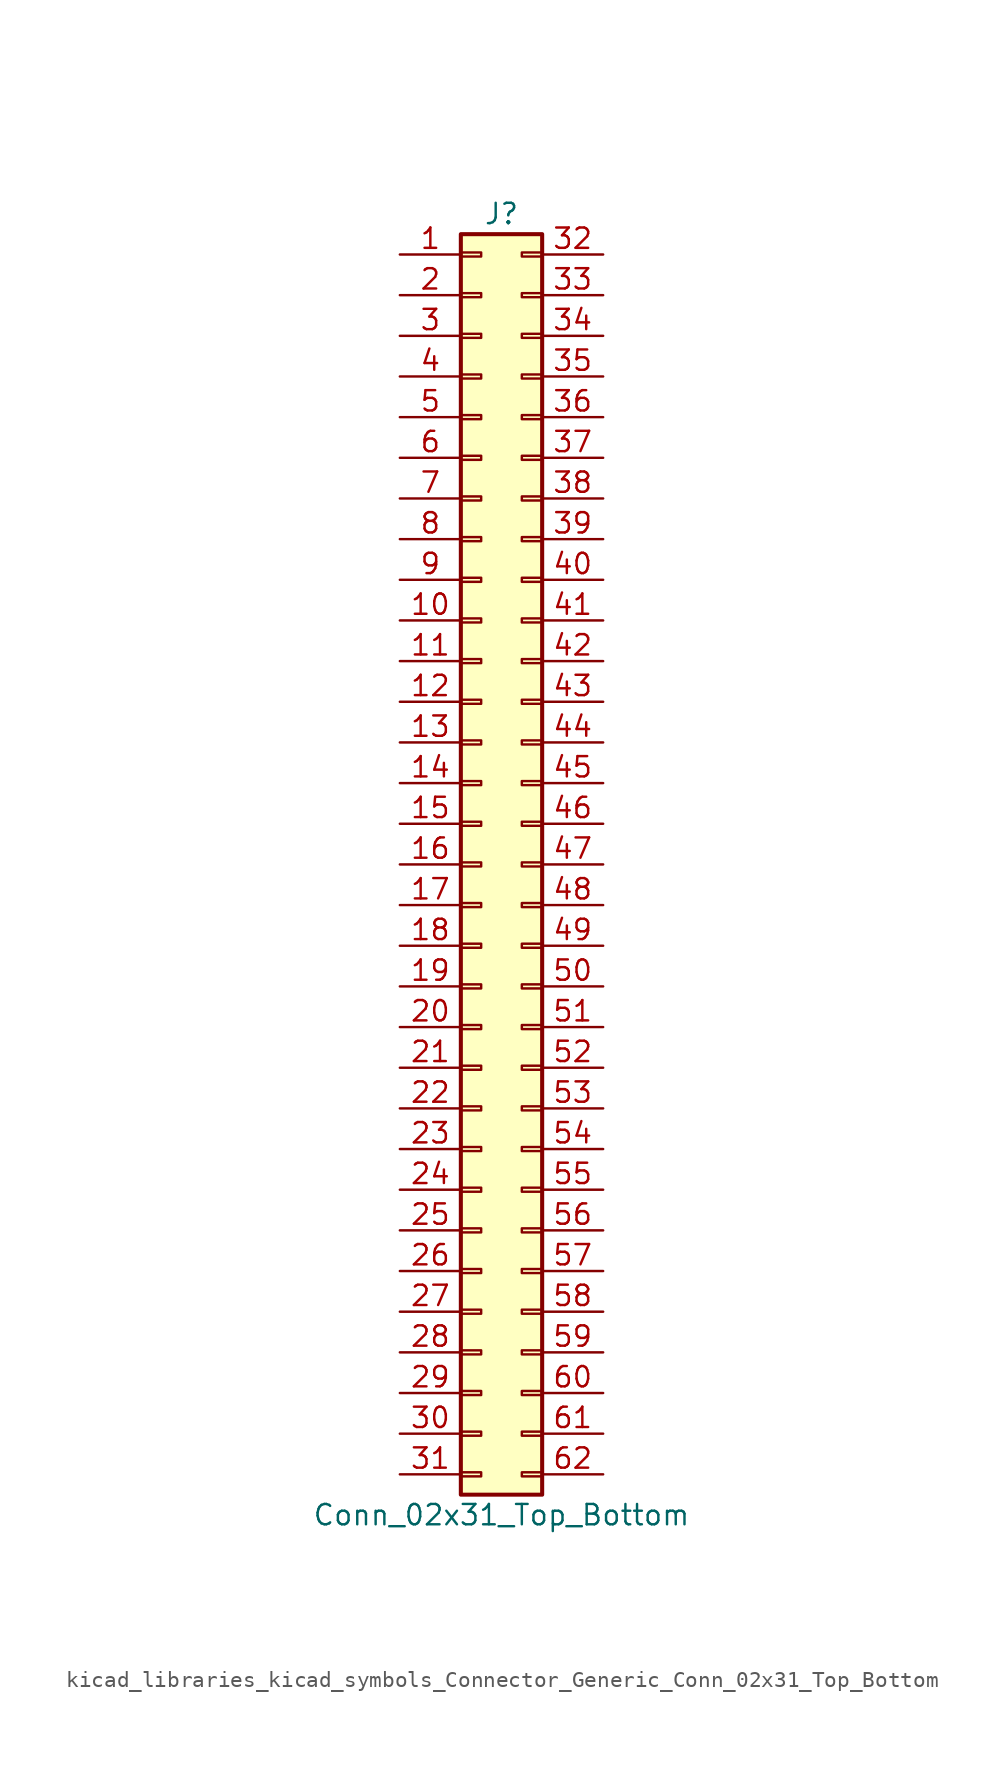
<source format=kicad_sym>
(kicad_symbol_lib
  (version 20220914)
  (generator kicad_symbol_editor)
  (symbol "kicad_libraries_kicad_symbols_Connector_Generic_Conn_02x31_Top_Bottom"
    (pin_names
      (offset 1.016) hide)
    (property "Reference" "J"
      (at 1.27 40.64 0)
      (effects (font (size 1.27 1.27))))
    (property "Value" "Conn_02x31_Top_Bottom"
      (at 1.27 -40.64 0)
      (effects (font (size 1.27 1.27))))
    (symbol "kicad_libraries_kicad_symbols_Connector_Generic_Conn_02x31_Top_Bottom_1_1"
      (rectangle (start -1.27 -37.973) (end 0 -38.227) (stroke (width 0.152) (type default)) (fill (type none)))
      (rectangle (start -1.27 -35.433) (end 0 -35.687) (stroke (width 0.152) (type default)) (fill (type none)))
      (rectangle (start -1.27 -32.893) (end 0 -33.147) (stroke (width 0.152) (type default)) (fill (type none)))
      (rectangle (start -1.27 -30.353) (end 0 -30.607) (stroke (width 0.152) (type default)) (fill (type none)))
      (rectangle (start -1.27 -27.813) (end 0 -28.067) (stroke (width 0.152) (type default)) (fill (type none)))
      (rectangle (start -1.27 -25.273) (end 0 -25.527) (stroke (width 0.152) (type default)) (fill (type none)))
      (rectangle (start -1.27 -22.733) (end 0 -22.987) (stroke (width 0.152) (type default)) (fill (type none)))
      (rectangle (start -1.27 -20.193) (end 0 -20.447) (stroke (width 0.152) (type default)) (fill (type none)))
      (rectangle (start -1.27 -17.653) (end 0 -17.907) (stroke (width 0.152) (type default)) (fill (type none)))
      (rectangle (start -1.27 -15.113) (end 0 -15.367) (stroke (width 0.152) (type default)) (fill (type none)))
      (rectangle (start -1.27 -12.573) (end 0 -12.827) (stroke (width 0.152) (type default)) (fill (type none)))
      (rectangle (start -1.27 -10.033) (end 0 -10.287) (stroke (width 0.152) (type default)) (fill (type none)))
      (rectangle (start -1.27 -7.493) (end 0 -7.747) (stroke (width 0.152) (type default)) (fill (type none)))
      (rectangle (start -1.27 -4.953) (end 0 -5.207) (stroke (width 0.152) (type default)) (fill (type none)))
      (rectangle (start -1.27 -2.413) (end 0 -2.667) (stroke (width 0.152) (type default)) (fill (type none)))
      (rectangle (start -1.27 0.127) (end 0 -0.127) (stroke (width 0.152) (type default)) (fill (type none)))
      (rectangle (start -1.27 2.667) (end 0 2.413) (stroke (width 0.152) (type default)) (fill (type none)))
      (rectangle (start -1.27 5.207) (end 0 4.953) (stroke (width 0.152) (type default)) (fill (type none)))
      (rectangle (start -1.27 7.747) (end 0 7.493) (stroke (width 0.152) (type default)) (fill (type none)))
      (rectangle (start -1.27 10.287) (end 0 10.033) (stroke (width 0.152) (type default)) (fill (type none)))
      (rectangle (start -1.27 12.827) (end 0 12.573) (stroke (width 0.152) (type default)) (fill (type none)))
      (rectangle (start -1.27 15.367) (end 0 15.113) (stroke (width 0.152) (type default)) (fill (type none)))
      (rectangle (start -1.27 17.907) (end 0 17.653) (stroke (width 0.152) (type default)) (fill (type none)))
      (rectangle (start -1.27 20.447) (end 0 20.193) (stroke (width 0.152) (type default)) (fill (type none)))
      (rectangle (start -1.27 22.987) (end 0 22.733) (stroke (width 0.152) (type default)) (fill (type none)))
      (rectangle (start -1.27 25.527) (end 0 25.273) (stroke (width 0.152) (type default)) (fill (type none)))
      (rectangle (start -1.27 28.067) (end 0 27.813) (stroke (width 0.152) (type default)) (fill (type none)))
      (rectangle (start -1.27 30.607) (end 0 30.353) (stroke (width 0.152) (type default)) (fill (type none)))
      (rectangle (start -1.27 33.147) (end 0 32.893) (stroke (width 0.152) (type default)) (fill (type none)))
      (rectangle (start -1.27 35.687) (end 0 35.433) (stroke (width 0.152) (type default)) (fill (type none)))
      (rectangle (start -1.27 38.227) (end 0 37.973) (stroke (width 0.152) (type default)) (fill (type none)))
      (rectangle (start -1.27 39.37) (end 3.81 -39.37) (stroke (width 0.254) (type default)) (fill (type background)))
      (rectangle (start 3.81 -37.973) (end 2.54 -38.227) (stroke (width 0.152) (type default)) (fill (type none)))
      (rectangle (start 3.81 -35.433) (end 2.54 -35.687) (stroke (width 0.152) (type default)) (fill (type none)))
      (rectangle (start 3.81 -32.893) (end 2.54 -33.147) (stroke (width 0.152) (type default)) (fill (type none)))
      (rectangle (start 3.81 -30.353) (end 2.54 -30.607) (stroke (width 0.152) (type default)) (fill (type none)))
      (rectangle (start 3.81 -27.813) (end 2.54 -28.067) (stroke (width 0.152) (type default)) (fill (type none)))
      (rectangle (start 3.81 -25.273) (end 2.54 -25.527) (stroke (width 0.152) (type default)) (fill (type none)))
      (rectangle (start 3.81 -22.733) (end 2.54 -22.987) (stroke (width 0.152) (type default)) (fill (type none)))
      (rectangle (start 3.81 -20.193) (end 2.54 -20.447) (stroke (width 0.152) (type default)) (fill (type none)))
      (rectangle (start 3.81 -17.653) (end 2.54 -17.907) (stroke (width 0.152) (type default)) (fill (type none)))
      (rectangle (start 3.81 -15.113) (end 2.54 -15.367) (stroke (width 0.152) (type default)) (fill (type none)))
      (rectangle (start 3.81 -12.573) (end 2.54 -12.827) (stroke (width 0.152) (type default)) (fill (type none)))
      (rectangle (start 3.81 -10.033) (end 2.54 -10.287) (stroke (width 0.152) (type default)) (fill (type none)))
      (rectangle (start 3.81 -7.493) (end 2.54 -7.747) (stroke (width 0.152) (type default)) (fill (type none)))
      (rectangle (start 3.81 -4.953) (end 2.54 -5.207) (stroke (width 0.152) (type default)) (fill (type none)))
      (rectangle (start 3.81 -2.413) (end 2.54 -2.667) (stroke (width 0.152) (type default)) (fill (type none)))
      (rectangle (start 3.81 0.127) (end 2.54 -0.127) (stroke (width 0.152) (type default)) (fill (type none)))
      (rectangle (start 3.81 2.667) (end 2.54 2.413) (stroke (width 0.152) (type default)) (fill (type none)))
      (rectangle (start 3.81 5.207) (end 2.54 4.953) (stroke (width 0.152) (type default)) (fill (type none)))
      (rectangle (start 3.81 7.747) (end 2.54 7.493) (stroke (width 0.152) (type default)) (fill (type none)))
      (rectangle (start 3.81 10.287) (end 2.54 10.033) (stroke (width 0.152) (type default)) (fill (type none)))
      (rectangle (start 3.81 12.827) (end 2.54 12.573) (stroke (width 0.152) (type default)) (fill (type none)))
      (rectangle (start 3.81 15.367) (end 2.54 15.113) (stroke (width 0.152) (type default)) (fill (type none)))
      (rectangle (start 3.81 17.907) (end 2.54 17.653) (stroke (width 0.152) (type default)) (fill (type none)))
      (rectangle (start 3.81 20.447) (end 2.54 20.193) (stroke (width 0.152) (type default)) (fill (type none)))
      (rectangle (start 3.81 22.987) (end 2.54 22.733) (stroke (width 0.152) (type default)) (fill (type none)))
      (rectangle (start 3.81 25.527) (end 2.54 25.273) (stroke (width 0.152) (type default)) (fill (type none)))
      (rectangle (start 3.81 28.067) (end 2.54 27.813) (stroke (width 0.152) (type default)) (fill (type none)))
      (rectangle (start 3.81 30.607) (end 2.54 30.353) (stroke (width 0.152) (type default)) (fill (type none)))
      (rectangle (start 3.81 33.147) (end 2.54 32.893) (stroke (width 0.152) (type default)) (fill (type none)))
      (rectangle (start 3.81 35.687) (end 2.54 35.433) (stroke (width 0.152) (type default)) (fill (type none)))
      (rectangle (start 3.81 38.227) (end 2.54 37.973) (stroke (width 0.152) (type default)) (fill (type none)))
      (pin passive line (at -5.08 38.1 0) (length 3.81) (name "Pin_1" (effects (font (size 1.27 1.27)))) (number "1" (effects (font (size 1.27 1.27)))))
      (pin passive line (at -5.08 15.24 0) (length 3.81) (name "Pin_10" (effects (font (size 1.27 1.27)))) (number "10" (effects (font (size 1.27 1.27)))))
      (pin passive line (at -5.08 12.7 0) (length 3.81) (name "Pin_11" (effects (font (size 1.27 1.27)))) (number "11" (effects (font (size 1.27 1.27)))))
      (pin passive line (at -5.08 10.16 0) (length 3.81) (name "Pin_12" (effects (font (size 1.27 1.27)))) (number "12" (effects (font (size 1.27 1.27)))))
      (pin passive line (at -5.08 7.62 0) (length 3.81) (name "Pin_13" (effects (font (size 1.27 1.27)))) (number "13" (effects (font (size 1.27 1.27)))))
      (pin passive line (at -5.08 5.08 0) (length 3.81) (name "Pin_14" (effects (font (size 1.27 1.27)))) (number "14" (effects (font (size 1.27 1.27)))))
      (pin passive line (at -5.08 2.54 0) (length 3.81) (name "Pin_15" (effects (font (size 1.27 1.27)))) (number "15" (effects (font (size 1.27 1.27)))))
      (pin passive line (at -5.08 0 0) (length 3.81) (name "Pin_16" (effects (font (size 1.27 1.27)))) (number "16" (effects (font (size 1.27 1.27)))))
      (pin passive line (at -5.08 -2.54 0) (length 3.81) (name "Pin_17" (effects (font (size 1.27 1.27)))) (number "17" (effects (font (size 1.27 1.27)))))
      (pin passive line (at -5.08 -5.08 0) (length 3.81) (name "Pin_18" (effects (font (size 1.27 1.27)))) (number "18" (effects (font (size 1.27 1.27)))))
      (pin passive line (at -5.08 -7.62 0) (length 3.81) (name "Pin_19" (effects (font (size 1.27 1.27)))) (number "19" (effects (font (size 1.27 1.27)))))
      (pin passive line (at -5.08 35.56 0) (length 3.81) (name "Pin_2" (effects (font (size 1.27 1.27)))) (number "2" (effects (font (size 1.27 1.27)))))
      (pin passive line (at -5.08 -10.16 0) (length 3.81) (name "Pin_20" (effects (font (size 1.27 1.27)))) (number "20" (effects (font (size 1.27 1.27)))))
      (pin passive line (at -5.08 -12.7 0) (length 3.81) (name "Pin_21" (effects (font (size 1.27 1.27)))) (number "21" (effects (font (size 1.27 1.27)))))
      (pin passive line (at -5.08 -15.24 0) (length 3.81) (name "Pin_22" (effects (font (size 1.27 1.27)))) (number "22" (effects (font (size 1.27 1.27)))))
      (pin passive line (at -5.08 -17.78 0) (length 3.81) (name "Pin_23" (effects (font (size 1.27 1.27)))) (number "23" (effects (font (size 1.27 1.27)))))
      (pin passive line (at -5.08 -20.32 0) (length 3.81) (name "Pin_24" (effects (font (size 1.27 1.27)))) (number "24" (effects (font (size 1.27 1.27)))))
      (pin passive line (at -5.08 -22.86 0) (length 3.81) (name "Pin_25" (effects (font (size 1.27 1.27)))) (number "25" (effects (font (size 1.27 1.27)))))
      (pin passive line (at -5.08 -25.4 0) (length 3.81) (name "Pin_26" (effects (font (size 1.27 1.27)))) (number "26" (effects (font (size 1.27 1.27)))))
      (pin passive line (at -5.08 -27.94 0) (length 3.81) (name "Pin_27" (effects (font (size 1.27 1.27)))) (number "27" (effects (font (size 1.27 1.27)))))
      (pin passive line (at -5.08 -30.48 0) (length 3.81) (name "Pin_28" (effects (font (size 1.27 1.27)))) (number "28" (effects (font (size 1.27 1.27)))))
      (pin passive line (at -5.08 -33.02 0) (length 3.81) (name "Pin_29" (effects (font (size 1.27 1.27)))) (number "29" (effects (font (size 1.27 1.27)))))
      (pin passive line (at -5.08 33.02 0) (length 3.81) (name "Pin_3" (effects (font (size 1.27 1.27)))) (number "3" (effects (font (size 1.27 1.27)))))
      (pin passive line (at -5.08 -35.56 0) (length 3.81) (name "Pin_30" (effects (font (size 1.27 1.27)))) (number "30" (effects (font (size 1.27 1.27)))))
      (pin passive line (at -5.08 -38.1 0) (length 3.81) (name "Pin_31" (effects (font (size 1.27 1.27)))) (number "31" (effects (font (size 1.27 1.27)))))
      (pin passive line (at 7.62 38.1 180) (length 3.81) (name "Pin_32" (effects (font (size 1.27 1.27)))) (number "32" (effects (font (size 1.27 1.27)))))
      (pin passive line (at 7.62 35.56 180) (length 3.81) (name "Pin_33" (effects (font (size 1.27 1.27)))) (number "33" (effects (font (size 1.27 1.27)))))
      (pin passive line (at 7.62 33.02 180) (length 3.81) (name "Pin_34" (effects (font (size 1.27 1.27)))) (number "34" (effects (font (size 1.27 1.27)))))
      (pin passive line (at 7.62 30.48 180) (length 3.81) (name "Pin_35" (effects (font (size 1.27 1.27)))) (number "35" (effects (font (size 1.27 1.27)))))
      (pin passive line (at 7.62 27.94 180) (length 3.81) (name "Pin_36" (effects (font (size 1.27 1.27)))) (number "36" (effects (font (size 1.27 1.27)))))
      (pin passive line (at 7.62 25.4 180) (length 3.81) (name "Pin_37" (effects (font (size 1.27 1.27)))) (number "37" (effects (font (size 1.27 1.27)))))
      (pin passive line (at 7.62 22.86 180) (length 3.81) (name "Pin_38" (effects (font (size 1.27 1.27)))) (number "38" (effects (font (size 1.27 1.27)))))
      (pin passive line (at 7.62 20.32 180) (length 3.81) (name "Pin_39" (effects (font (size 1.27 1.27)))) (number "39" (effects (font (size 1.27 1.27)))))
      (pin passive line (at -5.08 30.48 0) (length 3.81) (name "Pin_4" (effects (font (size 1.27 1.27)))) (number "4" (effects (font (size 1.27 1.27)))))
      (pin passive line (at 7.62 17.78 180) (length 3.81) (name "Pin_40" (effects (font (size 1.27 1.27)))) (number "40" (effects (font (size 1.27 1.27)))))
      (pin passive line (at 7.62 15.24 180) (length 3.81) (name "Pin_41" (effects (font (size 1.27 1.27)))) (number "41" (effects (font (size 1.27 1.27)))))
      (pin passive line (at 7.62 12.7 180) (length 3.81) (name "Pin_42" (effects (font (size 1.27 1.27)))) (number "42" (effects (font (size 1.27 1.27)))))
      (pin passive line (at 7.62 10.16 180) (length 3.81) (name "Pin_43" (effects (font (size 1.27 1.27)))) (number "43" (effects (font (size 1.27 1.27)))))
      (pin passive line (at 7.62 7.62 180) (length 3.81) (name "Pin_44" (effects (font (size 1.27 1.27)))) (number "44" (effects (font (size 1.27 1.27)))))
      (pin passive line (at 7.62 5.08 180) (length 3.81) (name "Pin_45" (effects (font (size 1.27 1.27)))) (number "45" (effects (font (size 1.27 1.27)))))
      (pin passive line (at 7.62 2.54 180) (length 3.81) (name "Pin_46" (effects (font (size 1.27 1.27)))) (number "46" (effects (font (size 1.27 1.27)))))
      (pin passive line (at 7.62 0 180) (length 3.81) (name "Pin_47" (effects (font (size 1.27 1.27)))) (number "47" (effects (font (size 1.27 1.27)))))
      (pin passive line (at 7.62 -2.54 180) (length 3.81) (name "Pin_48" (effects (font (size 1.27 1.27)))) (number "48" (effects (font (size 1.27 1.27)))))
      (pin passive line (at 7.62 -5.08 180) (length 3.81) (name "Pin_49" (effects (font (size 1.27 1.27)))) (number "49" (effects (font (size 1.27 1.27)))))
      (pin passive line (at -5.08 27.94 0) (length 3.81) (name "Pin_5" (effects (font (size 1.27 1.27)))) (number "5" (effects (font (size 1.27 1.27)))))
      (pin passive line (at 7.62 -7.62 180) (length 3.81) (name "Pin_50" (effects (font (size 1.27 1.27)))) (number "50" (effects (font (size 1.27 1.27)))))
      (pin passive line (at 7.62 -10.16 180) (length 3.81) (name "Pin_51" (effects (font (size 1.27 1.27)))) (number "51" (effects (font (size 1.27 1.27)))))
      (pin passive line (at 7.62 -12.7 180) (length 3.81) (name "Pin_52" (effects (font (size 1.27 1.27)))) (number "52" (effects (font (size 1.27 1.27)))))
      (pin passive line (at 7.62 -15.24 180) (length 3.81) (name "Pin_53" (effects (font (size 1.27 1.27)))) (number "53" (effects (font (size 1.27 1.27)))))
      (pin passive line (at 7.62 -17.78 180) (length 3.81) (name "Pin_54" (effects (font (size 1.27 1.27)))) (number "54" (effects (font (size 1.27 1.27)))))
      (pin passive line (at 7.62 -20.32 180) (length 3.81) (name "Pin_55" (effects (font (size 1.27 1.27)))) (number "55" (effects (font (size 1.27 1.27)))))
      (pin passive line (at 7.62 -22.86 180) (length 3.81) (name "Pin_56" (effects (font (size 1.27 1.27)))) (number "56" (effects (font (size 1.27 1.27)))))
      (pin passive line (at 7.62 -25.4 180) (length 3.81) (name "Pin_57" (effects (font (size 1.27 1.27)))) (number "57" (effects (font (size 1.27 1.27)))))
      (pin passive line (at 7.62 -27.94 180) (length 3.81) (name "Pin_58" (effects (font (size 1.27 1.27)))) (number "58" (effects (font (size 1.27 1.27)))))
      (pin passive line (at 7.62 -30.48 180) (length 3.81) (name "Pin_59" (effects (font (size 1.27 1.27)))) (number "59" (effects (font (size 1.27 1.27)))))
      (pin passive line (at -5.08 25.4 0) (length 3.81) (name "Pin_6" (effects (font (size 1.27 1.27)))) (number "6" (effects (font (size 1.27 1.27)))))
      (pin passive line (at 7.62 -33.02 180) (length 3.81) (name "Pin_60" (effects (font (size 1.27 1.27)))) (number "60" (effects (font (size 1.27 1.27)))))
      (pin passive line (at 7.62 -35.56 180) (length 3.81) (name "Pin_61" (effects (font (size 1.27 1.27)))) (number "61" (effects (font (size 1.27 1.27)))))
      (pin passive line (at 7.62 -38.1 180) (length 3.81) (name "Pin_62" (effects (font (size 1.27 1.27)))) (number "62" (effects (font (size 1.27 1.27)))))
      (pin passive line (at -5.08 22.86 0) (length 3.81) (name "Pin_7" (effects (font (size 1.27 1.27)))) (number "7" (effects (font (size 1.27 1.27)))))
      (pin passive line (at -5.08 20.32 0) (length 3.81) (name "Pin_8" (effects (font (size 1.27 1.27)))) (number "8" (effects (font (size 1.27 1.27)))))
      (pin passive line (at -5.08 17.78 0) (length 3.81) (name "Pin_9" (effects (font (size 1.27 1.27)))) (number "9" (effects (font (size 1.27 1.27))))))))
</source>
